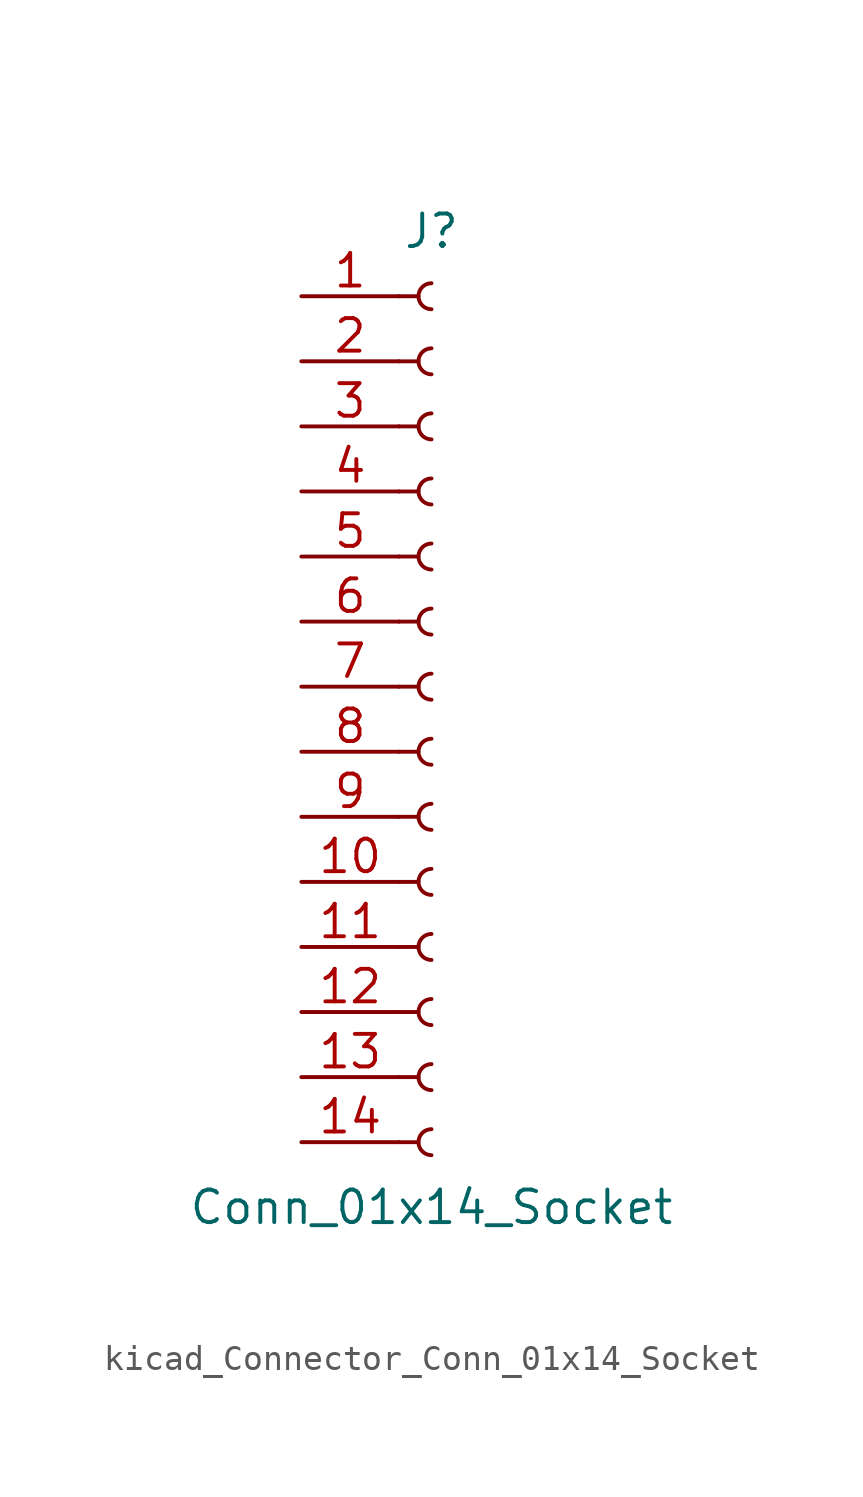
<source format=kicad_sym>
(kicad_symbol_lib
  (version 20220914)
  (generator kicad_symbol_editor)
  (symbol "kicad_Connector_Conn_01x14_Socket"
    (pin_names
      (offset 1.016) hide)
    (property "Reference" "J"
      (at 0 17.78 0)
      (effects (font (size 1.27 1.27))))
    (property "Value" "Conn_01x14_Socket"
      (at 0 -20.32 0)
      (effects (font (size 1.27 1.27))))
    (property "ki_locked" ""
      (at 0 0 0)
      (effects (font (size 1.27 1.27))))
    (symbol "kicad_Connector_Conn_01x14_Socket_1_1"
      (arc (start 0 -17.272) (mid -0.5058 -17.78) (end 0 -18.288) (stroke (width 0.1524) (type default)) (fill (type none)))
      (arc (start 0 -14.732) (mid -0.5058 -15.24) (end 0 -15.748) (stroke (width 0.1524) (type default)) (fill (type none)))
      (arc (start 0 -12.192) (mid -0.5058 -12.7) (end 0 -13.208) (stroke (width 0.1524) (type default)) (fill (type none)))
      (arc (start 0 -9.652) (mid -0.5058 -10.16) (end 0 -10.668) (stroke (width 0.1524) (type default)) (fill (type none)))
      (arc (start 0 -7.112) (mid -0.5058 -7.62) (end 0 -8.128) (stroke (width 0.1524) (type default)) (fill (type none)))
      (arc (start 0 -4.572) (mid -0.5058 -5.08) (end 0 -5.588) (stroke (width 0.1524) (type default)) (fill (type none)))
      (arc (start 0 -2.032) (mid -0.5058 -2.54) (end 0 -3.048) (stroke (width 0.1524) (type default)) (fill (type none)))
      (polyline (pts (xy -1.27 -17.78) (xy -0.508 -17.78)) (stroke (width 0.152) (type default)) (fill (type none)))
      (polyline (pts (xy -1.27 -15.24) (xy -0.508 -15.24)) (stroke (width 0.152) (type default)) (fill (type none)))
      (polyline (pts (xy -1.27 -12.7) (xy -0.508 -12.7)) (stroke (width 0.152) (type default)) (fill (type none)))
      (polyline (pts (xy -1.27 -10.16) (xy -0.508 -10.16)) (stroke (width 0.152) (type default)) (fill (type none)))
      (polyline (pts (xy -1.27 -7.62) (xy -0.508 -7.62)) (stroke (width 0.152) (type default)) (fill (type none)))
      (polyline (pts (xy -1.27 -5.08) (xy -0.508 -5.08)) (stroke (width 0.152) (type default)) (fill (type none)))
      (polyline (pts (xy -1.27 -2.54) (xy -0.508 -2.54)) (stroke (width 0.152) (type default)) (fill (type none)))
      (polyline (pts (xy -1.27 0) (xy -0.508 0)) (stroke (width 0.152) (type default)) (fill (type none)))
      (polyline (pts (xy -1.27 2.54) (xy -0.508 2.54)) (stroke (width 0.152) (type default)) (fill (type none)))
      (polyline (pts (xy -1.27 5.08) (xy -0.508 5.08)) (stroke (width 0.152) (type default)) (fill (type none)))
      (polyline (pts (xy -1.27 7.62) (xy -0.508 7.62)) (stroke (width 0.152) (type default)) (fill (type none)))
      (polyline (pts (xy -1.27 10.16) (xy -0.508 10.16)) (stroke (width 0.152) (type default)) (fill (type none)))
      (polyline (pts (xy -1.27 12.7) (xy -0.508 12.7)) (stroke (width 0.152) (type default)) (fill (type none)))
      (polyline (pts (xy -1.27 15.24) (xy -0.508 15.24)) (stroke (width 0.152) (type default)) (fill (type none)))
      (arc (start 0 0.508) (mid -0.5058 0) (end 0 -0.508) (stroke (width 0.1524) (type default)) (fill (type none)))
      (arc (start 0 3.048) (mid -0.5058 2.54) (end 0 2.032) (stroke (width 0.1524) (type default)) (fill (type none)))
      (arc (start 0 5.588) (mid -0.5058 5.08) (end 0 4.572) (stroke (width 0.1524) (type default)) (fill (type none)))
      (arc (start 0 8.128) (mid -0.5058 7.62) (end 0 7.112) (stroke (width 0.1524) (type default)) (fill (type none)))
      (arc (start 0 10.668) (mid -0.5058 10.16) (end 0 9.652) (stroke (width 0.1524) (type default)) (fill (type none)))
      (arc (start 0 13.208) (mid -0.5058 12.7) (end 0 12.192) (stroke (width 0.1524) (type default)) (fill (type none)))
      (arc (start 0 15.748) (mid -0.5058 15.24) (end 0 14.732) (stroke (width 0.1524) (type default)) (fill (type none)))
      (pin passive line (at -5.08 15.24 0) (length 3.81) (name "Pin_1" (effects (font (size 1.27 1.27)))) (number "1" (effects (font (size 1.27 1.27)))))
      (pin passive line (at -5.08 -7.62 0) (length 3.81) (name "Pin_10" (effects (font (size 1.27 1.27)))) (number "10" (effects (font (size 1.27 1.27)))))
      (pin passive line (at -5.08 -10.16 0) (length 3.81) (name "Pin_11" (effects (font (size 1.27 1.27)))) (number "11" (effects (font (size 1.27 1.27)))))
      (pin passive line (at -5.08 -12.7 0) (length 3.81) (name "Pin_12" (effects (font (size 1.27 1.27)))) (number "12" (effects (font (size 1.27 1.27)))))
      (pin passive line (at -5.08 -15.24 0) (length 3.81) (name "Pin_13" (effects (font (size 1.27 1.27)))) (number "13" (effects (font (size 1.27 1.27)))))
      (pin passive line (at -5.08 -17.78 0) (length 3.81) (name "Pin_14" (effects (font (size 1.27 1.27)))) (number "14" (effects (font (size 1.27 1.27)))))
      (pin passive line (at -5.08 12.7 0) (length 3.81) (name "Pin_2" (effects (font (size 1.27 1.27)))) (number "2" (effects (font (size 1.27 1.27)))))
      (pin passive line (at -5.08 10.16 0) (length 3.81) (name "Pin_3" (effects (font (size 1.27 1.27)))) (number "3" (effects (font (size 1.27 1.27)))))
      (pin passive line (at -5.08 7.62 0) (length 3.81) (name "Pin_4" (effects (font (size 1.27 1.27)))) (number "4" (effects (font (size 1.27 1.27)))))
      (pin passive line (at -5.08 5.08 0) (length 3.81) (name "Pin_5" (effects (font (size 1.27 1.27)))) (number "5" (effects (font (size 1.27 1.27)))))
      (pin passive line (at -5.08 2.54 0) (length 3.81) (name "Pin_6" (effects (font (size 1.27 1.27)))) (number "6" (effects (font (size 1.27 1.27)))))
      (pin passive line (at -5.08 0 0) (length 3.81) (name "Pin_7" (effects (font (size 1.27 1.27)))) (number "7" (effects (font (size 1.27 1.27)))))
      (pin passive line (at -5.08 -2.54 0) (length 3.81) (name "Pin_8" (effects (font (size 1.27 1.27)))) (number "8" (effects (font (size 1.27 1.27)))))
      (pin passive line (at -5.08 -5.08 0) (length 3.81) (name "Pin_9" (effects (font (size 1.27 1.27)))) (number "9" (effects (font (size 1.27 1.27))))))))
</source>
